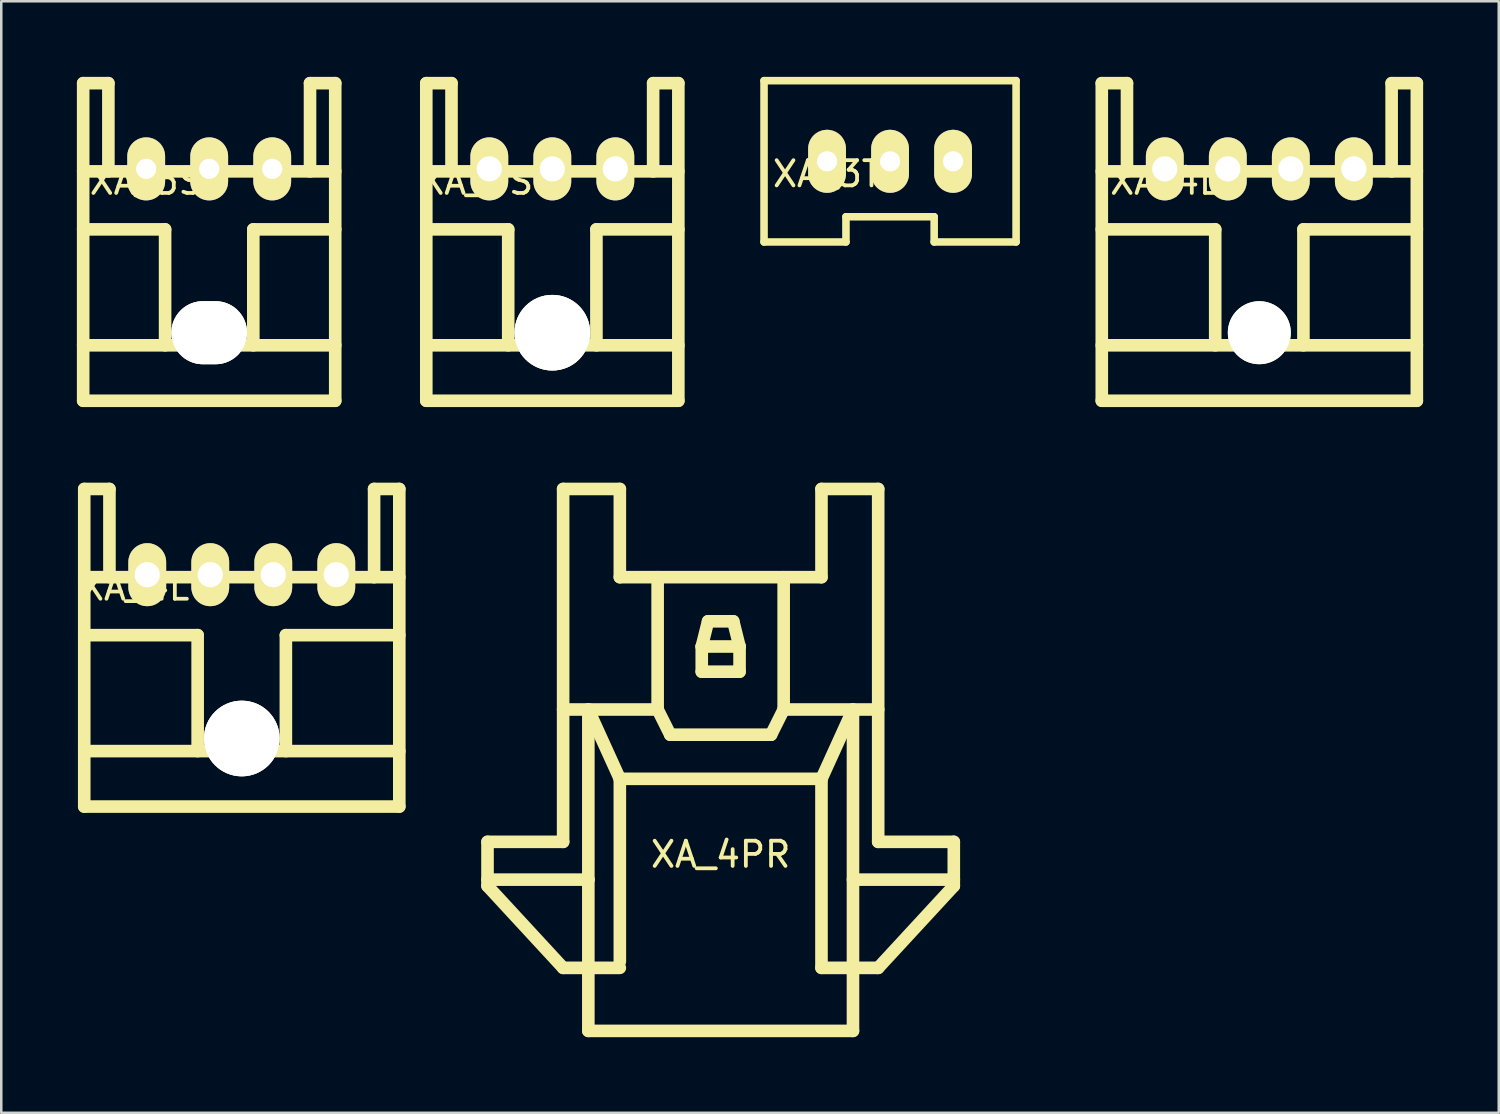
<source format=kicad_pcb>
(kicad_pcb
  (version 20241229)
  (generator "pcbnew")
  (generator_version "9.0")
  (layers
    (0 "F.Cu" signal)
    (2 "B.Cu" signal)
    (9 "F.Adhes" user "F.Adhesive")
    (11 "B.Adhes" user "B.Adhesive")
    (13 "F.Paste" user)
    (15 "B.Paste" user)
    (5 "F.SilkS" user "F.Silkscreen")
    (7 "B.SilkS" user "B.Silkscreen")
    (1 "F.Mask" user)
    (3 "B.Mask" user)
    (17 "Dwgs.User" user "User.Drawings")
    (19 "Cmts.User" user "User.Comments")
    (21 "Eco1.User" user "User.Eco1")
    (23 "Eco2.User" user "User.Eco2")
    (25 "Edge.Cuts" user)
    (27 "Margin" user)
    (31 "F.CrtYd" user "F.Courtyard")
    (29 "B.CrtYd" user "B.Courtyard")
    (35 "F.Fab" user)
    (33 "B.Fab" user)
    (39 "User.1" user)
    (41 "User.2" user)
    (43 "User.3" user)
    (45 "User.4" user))
  (footprint "XA_4PR"
    (layer "F.Cu")
    (at 25.542 30.1)
    (property "Reference" "XA_4PR" (at 0 0.75 0) (layer "F.SilkS") (effects (font (size 1 1) (thickness 0.15))))
    (attr through_hole)
    (fp_line (start -9.25 0.25) (end -9.25 2) (stroke (width 0.5) (type solid)) (layer "F.SilkS"))
    (fp_line (start -9.25 0.25) (end -6.25 0.25) (stroke (width 0.5) (type solid)) (layer "F.SilkS"))
    (fp_line (start -9.25 1.75) (end -5.25 1.75) (stroke (width 0.5) (type solid)) (layer "F.SilkS"))
    (fp_line (start -9.25 2) (end -6.25 5.25) (stroke (width 0.5) (type solid)) (layer "F.SilkS"))
    (fp_line (start -6.25 0.25) (end -6.25 -13.75) (stroke (width 0.5) (type solid)) (layer "F.SilkS"))
    (fp_line (start -6.25 5.25) (end -4 5.25) (stroke (width 0.5) (type solid)) (layer "F.SilkS"))
    (fp_line (start -5.25 -5) (end -5.25 1.75) (stroke (width 0.5) (type solid)) (layer "F.SilkS"))
    (fp_line (start -5.25 1.75) (end -5.25 7.75) (stroke (width 0.5) (type solid)) (layer "F.SilkS"))
    (fp_line (start -4 -13.75) (end -6.25 -13.75) (stroke (width 0.5) (type solid)) (layer "F.SilkS"))
    (fp_line (start -4 -13.75) (end -4 -10.25) (stroke (width 0.5) (type solid)) (layer "F.SilkS"))
    (fp_line (start -4 -10.25) (end 4 -10.25) (stroke (width 0.5) (type solid)) (layer "F.SilkS"))
    (fp_line (start -4 -2.25) (end -5.25 -5) (stroke (width 0.5) (type solid)) (layer "F.SilkS"))
    (fp_line (start -4 -2.25) (end 4 -2.25) (stroke (width 0.5) (type solid)) (layer "F.SilkS"))
    (fp_line (start -4 5) (end -4 -2.25) (stroke (width 0.5) (type solid)) (layer "F.SilkS"))
    (fp_line (start -2.5 -5) (end -6.25 -5) (stroke (width 0.5) (type solid)) (layer "F.SilkS"))
    (fp_line (start -2.5 -5) (end -2.5 -10.25) (stroke (width 0.5) (type solid)) (layer "F.SilkS"))
    (fp_line (start -2.5 -5) (end -2 -4) (stroke (width 0.5) (type solid)) (layer "F.SilkS"))
    (fp_line (start -0.75 -7.5) (end -0.5 -8.5) (stroke (width 0.5) (type solid)) (layer "F.SilkS"))
    (fp_line (start -0.75 -7.5) (end 0.75 -7.5) (stroke (width 0.5) (type solid)) (layer "F.SilkS"))
    (fp_line (start -0.75 -6.5) (end -0.75 -7.5) (stroke (width 0.5) (type solid)) (layer "F.SilkS"))
    (fp_line (start -0.75 -6.5) (end 0.75 -6.5) (stroke (width 0.5) (type solid)) (layer "F.SilkS"))
    (fp_line (start -0.5 -8.5) (end 0.5 -8.5) (stroke (width 0.5) (type solid)) (layer "F.SilkS"))
    (fp_line (start 0.75 -7.5) (end 0.5 -8.5) (stroke (width 0.5) (type solid)) (layer "F.SilkS"))
    (fp_line (start 0.75 -6.5) (end 0.75 -7.5) (stroke (width 0.5) (type solid)) (layer "F.SilkS"))
    (fp_line (start 2 -4) (end -2 -4) (stroke (width 0.5) (type solid)) (layer "F.SilkS"))
    (fp_line (start 2.5 -5) (end 2 -4) (stroke (width 0.5) (type solid)) (layer "F.SilkS"))
    (fp_line (start 2.5 -5) (end 2.5 -10.25) (stroke (width 0.5) (type solid)) (layer "F.SilkS"))
    (fp_line (start 2.5 -5) (end 6.25 -5) (stroke (width 0.5) (type solid)) (layer "F.SilkS"))
    (fp_line (start 4 -13.75) (end 6.25 -13.75) (stroke (width 0.5) (type solid)) (layer "F.SilkS"))
    (fp_line (start 4 -10.25) (end 4 -13.75) (stroke (width 0.5) (type solid)) (layer "F.SilkS"))
    (fp_line (start 4 -2.25) (end 5.25 -5) (stroke (width 0.5) (type solid)) (layer "F.SilkS"))
    (fp_line (start 4 5.25) (end 4 -2.25) (stroke (width 0.5) (type solid)) (layer "F.SilkS"))
    (fp_line (start 5.25 -5) (end 5.25 5.25) (stroke (width 0.5) (type solid)) (layer "F.SilkS"))
    (fp_line (start 5.25 7.75) (end -5.25 7.75) (stroke (width 0.5) (type solid)) (layer "F.SilkS"))
    (fp_line (start 5.25 7.75) (end 5.25 5.25) (stroke (width 0.5) (type solid)) (layer "F.SilkS"))
    (fp_line (start 6.25 0.25) (end 6.25 -13.75) (stroke (width 0.5) (type solid)) (layer "F.SilkS"))
    (fp_line (start 6.25 5.25) (end 4 5.25) (stroke (width 0.5) (type solid)) (layer "F.SilkS"))
    (fp_line (start 9.25 0.25) (end 6.25 0.25) (stroke (width 0.5) (type solid)) (layer "F.SilkS"))
    (fp_line (start 9.25 0.25) (end 9.25 2) (stroke (width 0.5) (type solid)) (layer "F.SilkS"))
    (fp_line (start 9.25 1.75) (end 5.25 1.75) (stroke (width 0.5) (type solid)) (layer "F.SilkS"))
    (fp_line (start 9.25 2) (end 6.25 5.25) (stroke (width 0.5) (type solid)) (layer "F.SilkS")))
  (footprint "XA_3S"
    (layer "F.Cu")
    (at 2.75 3.65)
    (property "Reference" "XA_3S" (at 0 0.5 0) (layer "F.SilkS") (effects (font (size 1 1) (thickness 0.15))))
    (attr through_hole)
    (fp_line (start -2.5 -3.4) (end -2.5 9.2) (stroke (width 0.5) (type solid)) (layer "F.SilkS"))
    (fp_line (start -2.5 -3.4) (end -1.5 -3.4) (stroke (width 0.5) (type solid)) (layer "F.SilkS"))
    (fp_line (start -2.5 7) (end 7.5 7) (stroke (width 0.5) (type solid)) (layer "F.SilkS"))
    (fp_line (start -1.5 -3.4) (end -1.5 0.1) (stroke (width 0.5) (type solid)) (layer "F.SilkS"))
    (fp_line (start 0.75 2.4) (end -2.5 2.4) (stroke (width 0.5) (type solid)) (layer "F.SilkS"))
    (fp_line (start 0.75 2.4) (end 0.75 7) (stroke (width 0.5) (type solid)) (layer "F.SilkS"))
    (fp_line (start 4.25 2.4) (end 4.25 7) (stroke (width 0.5) (type solid)) (layer "F.SilkS"))
    (fp_line (start 4.25 2.4) (end 7.5 2.4) (stroke (width 0.5) (type solid)) (layer "F.SilkS"))
    (fp_line (start 6.5 -3.4) (end 6.5 0.1) (stroke (width 0.5) (type solid)) (layer "F.SilkS"))
    (fp_line (start 7.5 -3.4) (end 6.5 -3.4) (stroke (width 0.5) (type solid)) (layer "F.SilkS"))
    (fp_line (start 7.5 -3.4) (end 7.5 9.2) (stroke (width 0.5) (type solid)) (layer "F.SilkS"))
    (fp_line (start 7.5 0.1) (end -2.5 0.1) (stroke (width 0.5) (type solid)) (layer "F.SilkS"))
    (fp_line (start 7.5 9.2) (end -2.5 9.2) (stroke (width 0.5) (type solid)) (layer "F.SilkS"))
    (pad "" thru_hole oval (at 2.5 6.5) (size 3 2.5) (drill oval 3 2.5) (layers "*.Cu" "*.Mask" "F.SilkS"))
    (pad "1" thru_hole oval (at 0 0) (size 1.5 2.5) (drill 0.8) (layers "*.Cu" "*.Mask" "F.SilkS"))
    (pad "2" thru_hole oval (at 2.5 0) (size 1.5 2.5) (drill 0.8) (layers "*.Cu" "*.Mask" "F.SilkS"))
    (pad "3" thru_hole oval (at 5 0) (size 1.5 2.5) (drill 0.8) (layers "*.Cu" "*.Mask" "F.SilkS")))
  (footprint "XA_3SC"
    (layer "F.Cu")
    (at 16.363 3.65)
    (property "Reference" "XA_3SC" (at 0 0.5 0) (layer "F.SilkS") (effects (font (size 1 1) (thickness 0.15))))
    (attr through_hole)
    (fp_line (start -2.5 -3.4) (end -2.5 9.2) (stroke (width 0.5) (type solid)) (layer "F.SilkS"))
    (fp_line (start -2.5 -3.4) (end -1.5 -3.4) (stroke (width 0.5) (type solid)) (layer "F.SilkS"))
    (fp_line (start -2.5 7) (end 7.5 7) (stroke (width 0.5) (type solid)) (layer "F.SilkS"))
    (fp_line (start -1.5 -3.4) (end -1.5 0.1) (stroke (width 0.5) (type solid)) (layer "F.SilkS"))
    (fp_line (start 0.75 2.4) (end -2.5 2.4) (stroke (width 0.5) (type solid)) (layer "F.SilkS"))
    (fp_line (start 0.75 2.4) (end 0.75 7) (stroke (width 0.5) (type solid)) (layer "F.SilkS"))
    (fp_line (start 4.25 2.4) (end 4.25 7) (stroke (width 0.5) (type solid)) (layer "F.SilkS"))
    (fp_line (start 4.25 2.4) (end 7.5 2.4) (stroke (width 0.5) (type solid)) (layer "F.SilkS"))
    (fp_line (start 6.5 -3.4) (end 6.5 0.1) (stroke (width 0.5) (type solid)) (layer "F.SilkS"))
    (fp_line (start 7.5 -3.4) (end 6.5 -3.4) (stroke (width 0.5) (type solid)) (layer "F.SilkS"))
    (fp_line (start 7.5 -3.4) (end 7.5 9.2) (stroke (width 0.5) (type solid)) (layer "F.SilkS"))
    (fp_line (start 7.5 0.1) (end -2.5 0.1) (stroke (width 0.5) (type solid)) (layer "F.SilkS"))
    (fp_line (start 7.5 9.2) (end -2.5 9.2) (stroke (width 0.5) (type solid)) (layer "F.SilkS"))
    (pad "" thru_hole circle (at 2.5 6.5) (size 3 3) (drill 3) (layers "*.Cu" "*.Mask" "F.SilkS"))
    (pad "1" thru_hole oval (at 0 0) (size 1.5 2.5) (drill 1) (layers "*.Cu" "*.Mask" "F.SilkS"))
    (pad "2" thru_hole oval (at 2.5 0) (size 1.5 2.5) (drill 1) (layers "*.Cu" "*.Mask" "F.SilkS"))
    (pad "3" thru_hole oval (at 5 0) (size 1.5 2.5) (drill 1) (layers "*.Cu" "*.Mask" "F.SilkS")))
  (footprint "XA_3T"
    (layer "F.Cu")
    (at 29.763 3.35)
    (property "Reference" "XA_3T" (at 0 0.5 0) (layer "F.SilkS") (effects (font (size 1 1) (thickness 0.15))))
    (attr through_hole)
    (fp_line (start -2.5 -3.2) (end -2.5 3.2) (stroke (width 0.3) (type solid)) (layer "F.SilkS"))
    (fp_line (start -2.5 -3.2) (end 7.5 -3.2) (stroke (width 0.3) (type solid)) (layer "F.SilkS"))
    (fp_line (start -2.5 3.2) (end 0.75 3.2) (stroke (width 0.3) (type solid)) (layer "F.SilkS"))
    (fp_line (start 0.75 2.2) (end 4.25 2.2) (stroke (width 0.3) (type solid)) (layer "F.SilkS"))
    (fp_line (start 0.75 3.2) (end 0.75 2.2) (stroke (width 0.3) (type solid)) (layer "F.SilkS"))
    (fp_line (start 4.25 2.2) (end 4.25 3.2) (stroke (width 0.3) (type solid)) (layer "F.SilkS"))
    (fp_line (start 4.25 3.2) (end 7.5 3.2) (stroke (width 0.3) (type solid)) (layer "F.SilkS"))
    (fp_line (start 7.5 -3.2) (end 7.5 3.2) (stroke (width 0.3) (type solid)) (layer "F.SilkS"))
    (pad "1" thru_hole oval (at 5 0) (size 1.5 2.5) (drill 0.8) (layers "*.Cu" "*.Mask" "F.SilkS"))
    (pad "2" thru_hole oval (at 2.5 0) (size 1.5 2.5) (drill 0.8) (layers "*.Cu" "*.Mask" "F.SilkS"))
    (pad "3" thru_hole oval (at 0 0) (size 1.5 2.5) (drill 0.8) (layers "*.Cu" "*.Mask" "F.SilkS")))
  (footprint "XA_4LC"
    (layer "F.Cu")
    (at 2.792 19.75)
    (property "Reference" "XA_4LC" (at 0 0.5 0) (layer "F.SilkS") (effects (font (size 1 1) (thickness 0.15))))
    (attr through_hole)
    (fp_line (start -2.5 -3.4) (end -2.5 9.2) (stroke (width 0.5) (type solid)) (layer "F.SilkS"))
    (fp_line (start -2.5 -3.4) (end -1.5 -3.4) (stroke (width 0.5) (type solid)) (layer "F.SilkS"))
    (fp_line (start -2.5 7) (end 10 7) (stroke (width 0.5) (type solid)) (layer "F.SilkS"))
    (fp_line (start -1.5 -3.4) (end -1.5 0.1) (stroke (width 0.5) (type solid)) (layer "F.SilkS"))
    (fp_line (start 2 2.4) (end -2.5 2.4) (stroke (width 0.5) (type solid)) (layer "F.SilkS"))
    (fp_line (start 2 2.4) (end 2 7) (stroke (width 0.5) (type solid)) (layer "F.SilkS"))
    (fp_line (start 5.5 2.4) (end 5.5 7) (stroke (width 0.5) (type solid)) (layer "F.SilkS"))
    (fp_line (start 5.5 2.4) (end 10 2.4) (stroke (width 0.5) (type solid)) (layer "F.SilkS"))
    (fp_line (start 9 -3.4) (end 9 0.1) (stroke (width 0.5) (type solid)) (layer "F.SilkS"))
    (fp_line (start 10 -3.4) (end 9 -3.4) (stroke (width 0.5) (type solid)) (layer "F.SilkS"))
    (fp_line (start 10 -3.4) (end 10 9.2) (stroke (width 0.5) (type solid)) (layer "F.SilkS"))
    (fp_line (start 10 0.1) (end -2.5 0.1) (stroke (width 0.5) (type solid)) (layer "F.SilkS"))
    (fp_line (start 10 9.2) (end -2.5 9.2) (stroke (width 0.5) (type solid)) (layer "F.SilkS"))
    (pad "" thru_hole circle (at 3.75 6.5) (size 3 3) (drill 3) (layers "*.Cu" "*.Mask" "F.SilkS"))
    (pad "1" thru_hole oval (at 0 0) (size 1.5 2.5) (drill 1) (layers "*.Cu" "*.Mask" "F.SilkS"))
    (pad "2" thru_hole oval (at 2.5 0) (size 1.5 2.5) (drill 1) (layers "*.Cu" "*.Mask" "F.SilkS"))
    (pad "3" thru_hole oval (at 5 0) (size 1.5 2.5) (drill 1) (layers "*.Cu" "*.Mask" "F.SilkS"))
    (pad "4" thru_hole oval (at 7.5 0) (size 1.5 2.5) (drill 1) (layers "*.Cu" "*.Mask" "F.SilkS")))
  (footprint "XA_4L"
    (layer "F.Cu")
    (at 43.163 3.65)
    (property "Reference" "XA_4L" (at 0 0.5 0) (layer "F.SilkS") (effects (font (size 1 1) (thickness 0.15))))
    (attr through_hole)
    (fp_line (start -2.5 -3.4) (end -2.5 9.2) (stroke (width 0.5) (type solid)) (layer "F.SilkS"))
    (fp_line (start -2.5 -3.4) (end -1.5 -3.4) (stroke (width 0.5) (type solid)) (layer "F.SilkS"))
    (fp_line (start -2.5 7) (end 10 7) (stroke (width 0.5) (type solid)) (layer "F.SilkS"))
    (fp_line (start -1.5 -3.4) (end -1.5 0.1) (stroke (width 0.5) (type solid)) (layer "F.SilkS"))
    (fp_line (start 2 2.4) (end -2.5 2.4) (stroke (width 0.5) (type solid)) (layer "F.SilkS"))
    (fp_line (start 2 2.4) (end 2 7) (stroke (width 0.5) (type solid)) (layer "F.SilkS"))
    (fp_line (start 5.5 2.4) (end 5.5 7) (stroke (width 0.5) (type solid)) (layer "F.SilkS"))
    (fp_line (start 5.5 2.4) (end 10 2.4) (stroke (width 0.5) (type solid)) (layer "F.SilkS"))
    (fp_line (start 9 -3.4) (end 9 0.1) (stroke (width 0.5) (type solid)) (layer "F.SilkS"))
    (fp_line (start 10 -3.4) (end 9 -3.4) (stroke (width 0.5) (type solid)) (layer "F.SilkS"))
    (fp_line (start 10 -3.4) (end 10 9.2) (stroke (width 0.5) (type solid)) (layer "F.SilkS"))
    (fp_line (start 10 0.1) (end -2.5 0.1) (stroke (width 0.5) (type solid)) (layer "F.SilkS"))
    (fp_line (start 10 9.2) (end -2.5 9.2) (stroke (width 0.5) (type solid)) (layer "F.SilkS"))
    (pad "" np_thru_hole circle (at 3.75 6.5) (size 2.5 2.5) (drill 2.5) (layers "*.Cu" "*.Mask" "F.SilkS"))
    (pad "1" thru_hole oval (at 0 0) (size 1.5 2.5) (drill 1) (layers "*.Cu" "*.Mask" "F.SilkS"))
    (pad "2" thru_hole oval (at 2.5 0) (size 1.5 2.5) (drill 1) (layers "*.Cu" "*.Mask" "F.SilkS"))
    (pad "3" thru_hole oval (at 5 0) (size 1.5 2.5) (drill 1) (layers "*.Cu" "*.Mask" "F.SilkS"))
    (pad "4" thru_hole oval (at 7.5 0) (size 1.5 2.5) (drill 1) (layers "*.Cu" "*.Mask" "F.SilkS")))
  (gr_rect
    (start -3 -3)
    (end 56.413 41.1)
    (stroke (width 0.1) (type default))
    (fill no)
    (layer "Edge.Cuts")))
</source>
